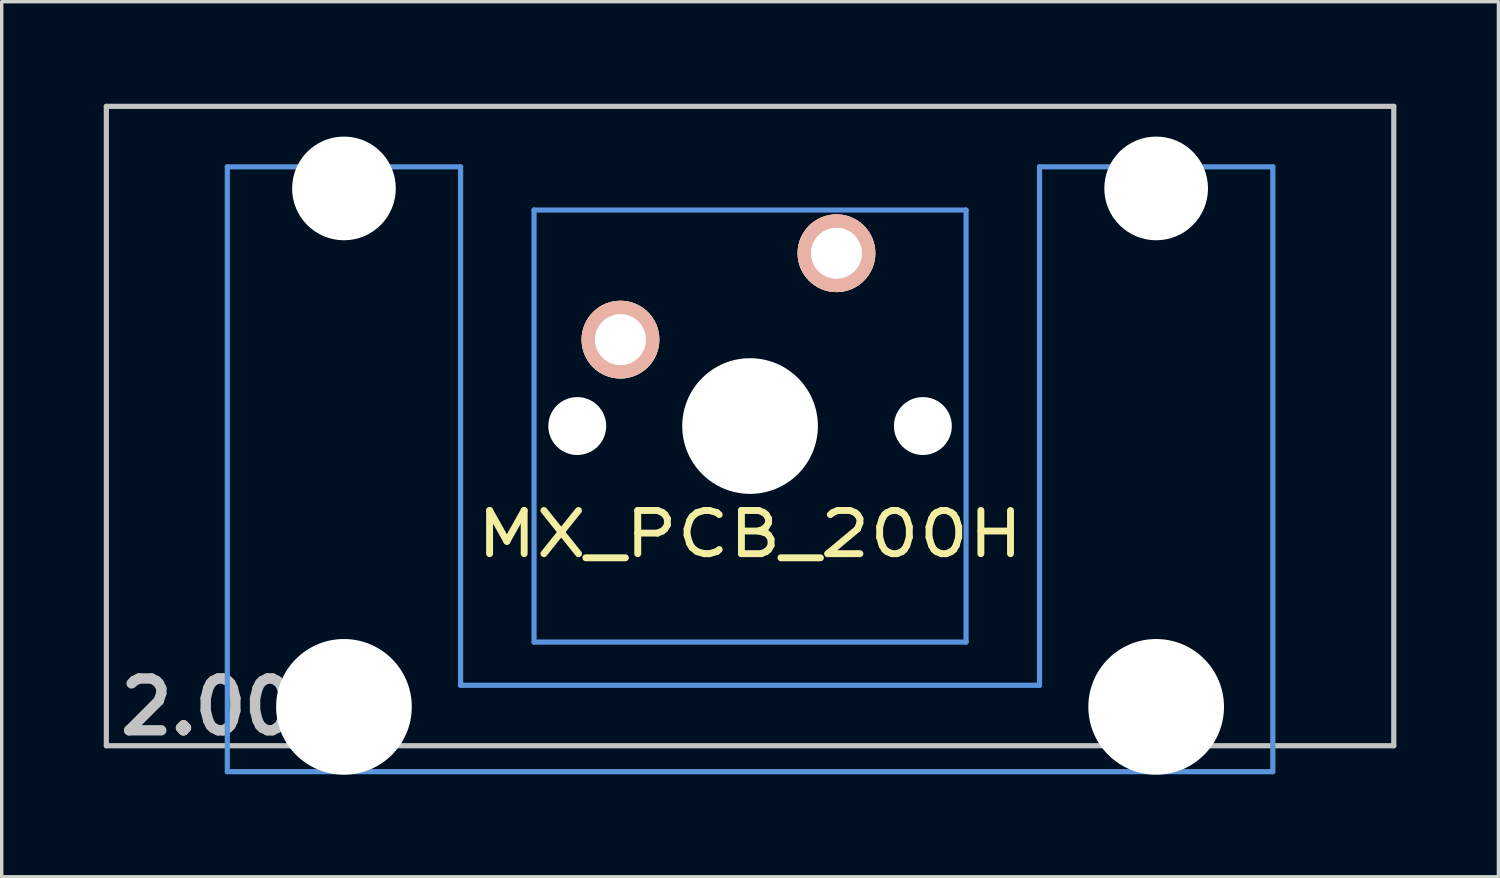
<source format=kicad_pcb>
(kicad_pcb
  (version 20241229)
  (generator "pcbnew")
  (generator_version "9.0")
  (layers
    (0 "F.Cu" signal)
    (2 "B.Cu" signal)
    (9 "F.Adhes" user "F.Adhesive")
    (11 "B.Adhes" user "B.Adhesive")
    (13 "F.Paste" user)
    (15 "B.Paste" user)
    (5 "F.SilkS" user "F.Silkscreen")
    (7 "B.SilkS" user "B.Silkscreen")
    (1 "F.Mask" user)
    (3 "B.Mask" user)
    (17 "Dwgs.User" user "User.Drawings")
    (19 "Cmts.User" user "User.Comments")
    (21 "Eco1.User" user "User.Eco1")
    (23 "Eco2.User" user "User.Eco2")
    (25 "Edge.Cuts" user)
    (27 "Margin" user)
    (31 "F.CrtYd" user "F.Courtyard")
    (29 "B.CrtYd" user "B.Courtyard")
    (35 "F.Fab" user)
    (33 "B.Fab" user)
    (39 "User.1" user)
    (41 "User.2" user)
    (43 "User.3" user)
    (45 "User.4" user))
  (footprint "MX_PCB_200H"
    (layer "F.Cu")
    (at 18.999 9.474)
    (property "Reference" "MX_PCB_200H" (at 0 3.175 0) (layer "F.SilkS") (effects (font (size 1.27 1.524) (thickness 0.203))))
    (attr through_hole)
    (fp_line (start -18.923 -9.398) (end 18.923 -9.398) (stroke (width 0.152) (type solid)) (layer "Dwgs.User"))
    (fp_line (start -18.923 9.398) (end -18.923 -9.398) (stroke (width 0.152) (type solid)) (layer "Dwgs.User"))
    (fp_line (start 18.923 -9.398) (end 18.923 9.398) (stroke (width 0.152) (type solid)) (layer "Dwgs.User"))
    (fp_line (start 18.923 9.398) (end -18.923 9.398) (stroke (width 0.152) (type solid)) (layer "Dwgs.User"))
    (fp_line (start -15.367 -7.62) (end -15.367 10.16) (stroke (width 0.152) (type solid)) (layer "Cmts.User"))
    (fp_line (start -15.367 10.16) (end 15.367 10.16) (stroke (width 0.152) (type solid)) (layer "Cmts.User"))
    (fp_line (start -8.509 -7.62) (end -15.367 -7.62) (stroke (width 0.152) (type solid)) (layer "Cmts.User"))
    (fp_line (start -8.509 7.62) (end -8.509 -7.62) (stroke (width 0.152) (type solid)) (layer "Cmts.User"))
    (fp_line (start -6.35 -6.35) (end 6.35 -6.35) (stroke (width 0.152) (type solid)) (layer "Cmts.User"))
    (fp_line (start -6.35 6.35) (end -6.35 -6.35) (stroke (width 0.152) (type solid)) (layer "Cmts.User"))
    (fp_line (start 6.35 -6.35) (end 6.35 6.35) (stroke (width 0.152) (type solid)) (layer "Cmts.User"))
    (fp_line (start 6.35 6.35) (end -6.35 6.35) (stroke (width 0.152) (type solid)) (layer "Cmts.User"))
    (fp_line (start 8.509 -7.62) (end 8.509 7.62) (stroke (width 0.152) (type solid)) (layer "Cmts.User"))
    (fp_line (start 8.509 7.62) (end -8.509 7.62) (stroke (width 0.152) (type solid)) (layer "Cmts.User"))
    (fp_line (start 15.367 -7.62) (end 8.509 -7.62) (stroke (width 0.152) (type solid)) (layer "Cmts.User"))
    (fp_line (start 15.367 10.16) (end 15.367 -7.62) (stroke (width 0.152) (type solid)) (layer "Cmts.User"))
    (fp_line (start -16.129 -2.286) (end -15.265 -2.286) (stroke (width 0.152) (type solid)) (layer "Eco2.User"))
    (fp_line (start -16.129 0.508) (end -16.129 -2.286) (stroke (width 0.152) (type solid)) (layer "Eco2.User"))
    (fp_line (start -15.265 -5.69) (end -8.611 -5.69) (stroke (width 0.152) (type solid)) (layer "Eco2.User"))
    (fp_line (start -15.265 -2.286) (end -15.265 -5.69) (stroke (width 0.152) (type solid)) (layer "Eco2.User"))
    (fp_line (start -15.265 0.508) (end -16.129 0.508) (stroke (width 0.152) (type solid)) (layer "Eco2.User"))
    (fp_line (start -15.265 6.604) (end -15.265 0.508) (stroke (width 0.152) (type solid)) (layer "Eco2.User"))
    (fp_line (start -14.224 6.604) (end -15.265 6.604) (stroke (width 0.152) (type solid)) (layer "Eco2.User"))
    (fp_line (start -14.224 7.772) (end -14.224 6.604) (stroke (width 0.152) (type solid)) (layer "Eco2.User"))
    (fp_line (start -9.652 6.604) (end -9.652 7.772) (stroke (width 0.152) (type solid)) (layer "Eco2.User"))
    (fp_line (start -9.652 7.772) (end -14.224 7.772) (stroke (width 0.152) (type solid)) (layer "Eco2.User"))
    (fp_line (start -8.611 -5.69) (end -8.611 -4.877) (stroke (width 0.152) (type solid)) (layer "Eco2.User"))
    (fp_line (start -8.611 -4.877) (end -6.985 -4.877) (stroke (width 0.152) (type solid)) (layer "Eco2.User"))
    (fp_line (start -8.611 5.817) (end -8.611 6.604) (stroke (width 0.152) (type solid)) (layer "Eco2.User"))
    (fp_line (start -8.611 6.604) (end -9.652 6.604) (stroke (width 0.152) (type solid)) (layer "Eco2.User"))
    (fp_line (start -6.985 -6.985) (end 6.985 -6.985) (stroke (width 0.152) (type solid)) (layer "Eco2.User"))
    (fp_line (start -6.985 -4.877) (end -6.985 -6.985) (stroke (width 0.152) (type solid)) (layer "Eco2.User"))
    (fp_line (start -6.985 5.817) (end -8.611 5.817) (stroke (width 0.152) (type solid)) (layer "Eco2.User"))
    (fp_line (start -6.985 6.985) (end -6.985 5.817) (stroke (width 0.152) (type solid)) (layer "Eco2.User"))
    (fp_line (start 6.985 -6.985) (end 6.985 -4.877) (stroke (width 0.152) (type solid)) (layer "Eco2.User"))
    (fp_line (start 6.985 -4.877) (end 8.611 -4.877) (stroke (width 0.152) (type solid)) (layer "Eco2.User"))
    (fp_line (start 6.985 5.817) (end 6.985 6.985) (stroke (width 0.152) (type solid)) (layer "Eco2.User"))
    (fp_line (start 6.985 6.985) (end -6.985 6.985) (stroke (width 0.152) (type solid)) (layer "Eco2.User"))
    (fp_line (start 8.611 -5.69) (end 15.265 -5.69) (stroke (width 0.152) (type solid)) (layer "Eco2.User"))
    (fp_line (start 8.611 -4.877) (end 8.611 -5.69) (stroke (width 0.152) (type solid)) (layer "Eco2.User"))
    (fp_line (start 8.611 5.817) (end 6.985 5.817) (stroke (width 0.152) (type solid)) (layer "Eco2.User"))
    (fp_line (start 8.611 6.604) (end 8.611 5.817) (stroke (width 0.152) (type solid)) (layer "Eco2.User"))
    (fp_line (start 9.652 6.604) (end 8.611 6.604) (stroke (width 0.152) (type solid)) (layer "Eco2.User"))
    (fp_line (start 9.652 7.772) (end 9.652 6.604) (stroke (width 0.152) (type solid)) (layer "Eco2.User"))
    (fp_line (start 14.224 6.604) (end 14.224 7.772) (stroke (width 0.152) (type solid)) (layer "Eco2.User"))
    (fp_line (start 14.224 7.772) (end 9.652 7.772) (stroke (width 0.152) (type solid)) (layer "Eco2.User"))
    (fp_line (start 15.265 -5.69) (end 15.265 -2.286) (stroke (width 0.152) (type solid)) (layer "Eco2.User"))
    (fp_line (start 15.265 -2.286) (end 16.129 -2.286) (stroke (width 0.152) (type solid)) (layer "Eco2.User"))
    (fp_line (start 15.265 0.508) (end 15.265 6.604) (stroke (width 0.152) (type solid)) (layer "Eco2.User"))
    (fp_line (start 15.265 6.604) (end 14.224 6.604) (stroke (width 0.152) (type solid)) (layer "Eco2.User"))
    (fp_line (start 16.129 -2.286) (end 16.129 0.508) (stroke (width 0.152) (type solid)) (layer "Eco2.User"))
    (fp_line (start 16.129 0.508) (end 15.265 0.508) (stroke (width 0.152) (type solid)) (layer "Eco2.User"))
    (fp_text user "2.00u" (at -15.24 8.255 0) (layer "Dwgs.User") (effects (font (size 1.524 1.524) (thickness 0.305))))
    (pad "" np_thru_hole circle (at -11.938 -6.985 180) (size 3.048 3.048) (drill 3.048) (layers "*.Cu"))
    (pad "" np_thru_hole circle (at -11.938 8.255 180) (size 3.988 3.988) (drill 3.988) (layers "*.Cu"))
    (pad "" np_thru_hole circle (at -5.08 0 180) (size 1.702 1.702) (drill 1.702) (layers "*.Cu"))
    (pad "" np_thru_hole circle (at 0 0) (size 3.988 3.988) (drill 3.988) (layers "*.Cu"))
    (pad "" np_thru_hole circle (at 5.08 0 180) (size 1.702 1.702) (drill 1.702) (layers "*.Cu"))
    (pad "" np_thru_hole circle (at 11.938 -6.985 180) (size 3.048 3.048) (drill 3.048) (layers "*.Cu"))
    (pad "" np_thru_hole circle (at 11.938 8.255 180) (size 3.988 3.988) (drill 3.988) (layers "*.Cu"))
    (pad "1" thru_hole circle (at 2.54 -5.08) (size 2.286 2.286) (drill 1.499) (layers "*.Cu" "*.SilkS" "*.Mask"))
    (pad "2" thru_hole circle (at -3.81 -2.54) (size 2.286 2.286) (drill 1.499) (layers "*.Cu" "*.SilkS" "*.Mask")))
  (gr_rect
    (start -3 -3)
    (end 40.998 22.723)
    (stroke (width 0.1) (type default))
    (fill no)
    (layer "Edge.Cuts")))
</source>
